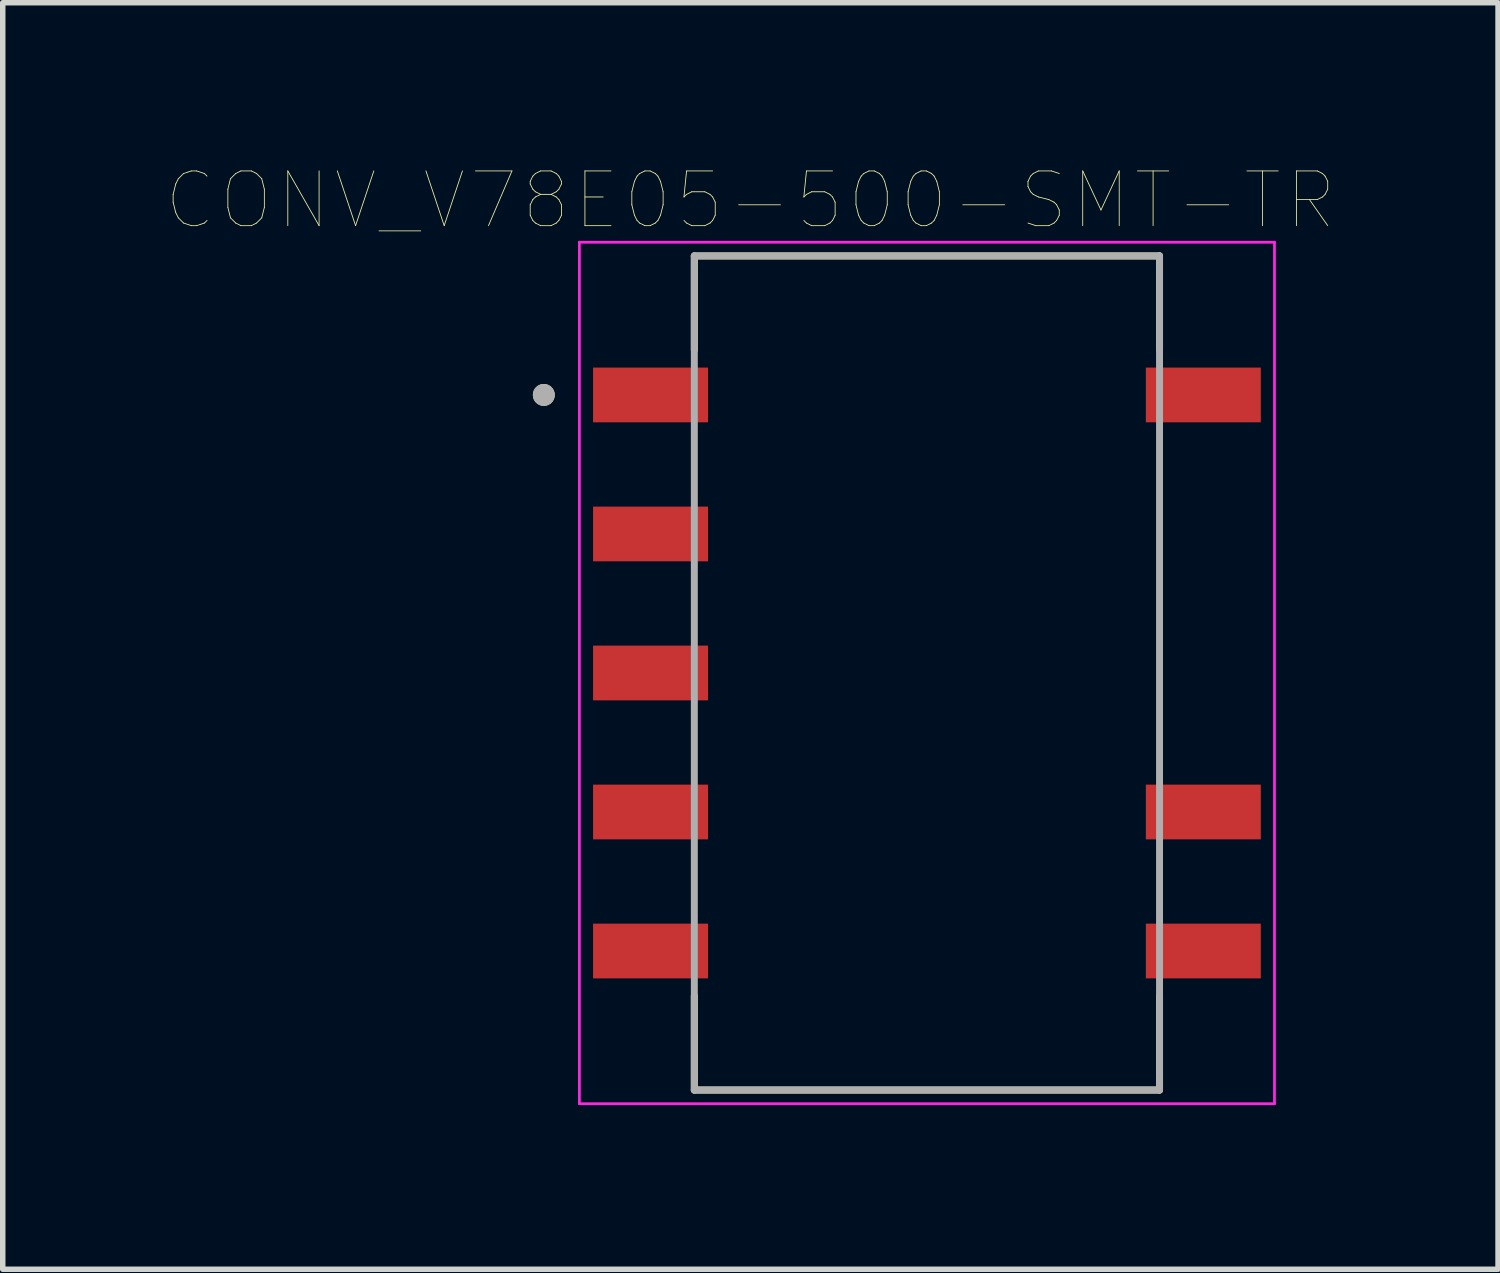
<source format=kicad_pcb>
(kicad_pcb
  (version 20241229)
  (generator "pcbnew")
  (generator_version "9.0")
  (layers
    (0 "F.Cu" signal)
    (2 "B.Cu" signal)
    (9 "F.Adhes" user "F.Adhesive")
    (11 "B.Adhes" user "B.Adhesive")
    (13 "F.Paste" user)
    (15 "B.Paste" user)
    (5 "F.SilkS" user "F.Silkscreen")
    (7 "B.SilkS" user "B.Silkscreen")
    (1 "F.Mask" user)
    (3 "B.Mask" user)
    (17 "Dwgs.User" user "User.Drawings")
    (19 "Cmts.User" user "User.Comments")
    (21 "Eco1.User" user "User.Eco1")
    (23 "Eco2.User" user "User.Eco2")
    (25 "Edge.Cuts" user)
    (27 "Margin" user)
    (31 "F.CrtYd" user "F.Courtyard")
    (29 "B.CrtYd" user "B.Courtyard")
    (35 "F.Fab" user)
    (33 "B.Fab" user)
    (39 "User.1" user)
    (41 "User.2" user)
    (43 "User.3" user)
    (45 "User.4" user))
  (footprint "CONV_V78E05-500-SMT-TR"
    (layer "F.Cu")
    (at 13.886 9.246)
    (property "Reference" "CONV_V78E05-500-SMT-TR" (at -3.225 -8.635 0) (layer "F.SilkS") (effects (font (size 1 1) (thickness 0.015))))
    (attr through_hole)
    (fp_line (start -4.25 -7.62) (end 4.25 -7.62) (stroke (width 0.127) (type solid)) (layer "F.SilkS"))
    (fp_line (start -4.25 -5.9) (end -4.25 -7.62) (stroke (width 0.127) (type solid)) (layer "F.SilkS"))
    (fp_line (start -4.25 7.62) (end -4.25 5.9) (stroke (width 0.127) (type solid)) (layer "F.SilkS"))
    (fp_line (start 4.25 -7.62) (end 4.25 -5.9) (stroke (width 0.127) (type solid)) (layer "F.SilkS"))
    (fp_line (start 4.25 5.9) (end 4.25 7.62) (stroke (width 0.127) (type solid)) (layer "F.SilkS"))
    (fp_line (start 4.25 7.62) (end -4.25 7.62) (stroke (width 0.127) (type solid)) (layer "F.SilkS"))
    (fp_circle (center -7 -5.08) (end -6.9 -5.08) (stroke (width 0.2) (type solid)) (fill no) (layer "F.SilkS"))
    (fp_line (start -6.35 -7.87) (end 6.35 -7.87) (stroke (width 0.05) (type solid)) (layer "F.CrtYd"))
    (fp_line (start -6.35 7.87) (end -6.35 -7.87) (stroke (width 0.05) (type solid)) (layer "F.CrtYd"))
    (fp_line (start 6.35 -7.87) (end 6.35 7.87) (stroke (width 0.05) (type solid)) (layer "F.CrtYd"))
    (fp_line (start 6.35 7.87) (end -6.35 7.87) (stroke (width 0.05) (type solid)) (layer "F.CrtYd"))
    (fp_line (start -4.25 -7.62) (end 4.25 -7.62) (stroke (width 0.127) (type solid)) (layer "F.Fab"))
    (fp_line (start -4.25 7.62) (end -4.25 -7.62) (stroke (width 0.127) (type solid)) (layer "F.Fab"))
    (fp_line (start 4.25 -7.62) (end 4.25 7.62) (stroke (width 0.127) (type solid)) (layer "F.Fab"))
    (fp_line (start 4.25 7.62) (end -4.25 7.62) (stroke (width 0.127) (type solid)) (layer "F.Fab"))
    (fp_circle (center -7 -5.08) (end -6.9 -5.08) (stroke (width 0.2) (type solid)) (fill no) (layer "F.Fab"))
    (pad "1" smd rect (at -5.05 -5.08) (size 2.1 1) (layers "F.Cu" "F.Mask" "F.Paste"))
    (pad "2" smd rect (at -5.05 -2.54) (size 2.1 1) (layers "F.Cu" "F.Mask" "F.Paste"))
    (pad "3" smd rect (at -5.05 0) (size 2.1 1) (layers "F.Cu" "F.Mask" "F.Paste"))
    (pad "4" smd rect (at -5.05 2.54) (size 2.1 1) (layers "F.Cu" "F.Mask" "F.Paste"))
    (pad "5" smd rect (at -5.05 5.08) (size 2.1 1) (layers "F.Cu" "F.Mask" "F.Paste"))
    (pad "6" smd rect (at 5.05 5.08) (size 2.1 1) (layers "F.Cu" "F.Mask" "F.Paste"))
    (pad "7" smd rect (at 5.05 2.54) (size 2.1 1) (layers "F.Cu" "F.Mask" "F.Paste"))
    (pad "10" smd rect (at 5.05 -5.08) (size 2.1 1) (layers "F.Cu" "F.Mask" "F.Paste")))
  (gr_rect
    (start -3 -3)
    (end 24.321 20.141)
    (stroke (width 0.1) (type default))
    (fill no)
    (layer "Edge.Cuts")))
</source>
